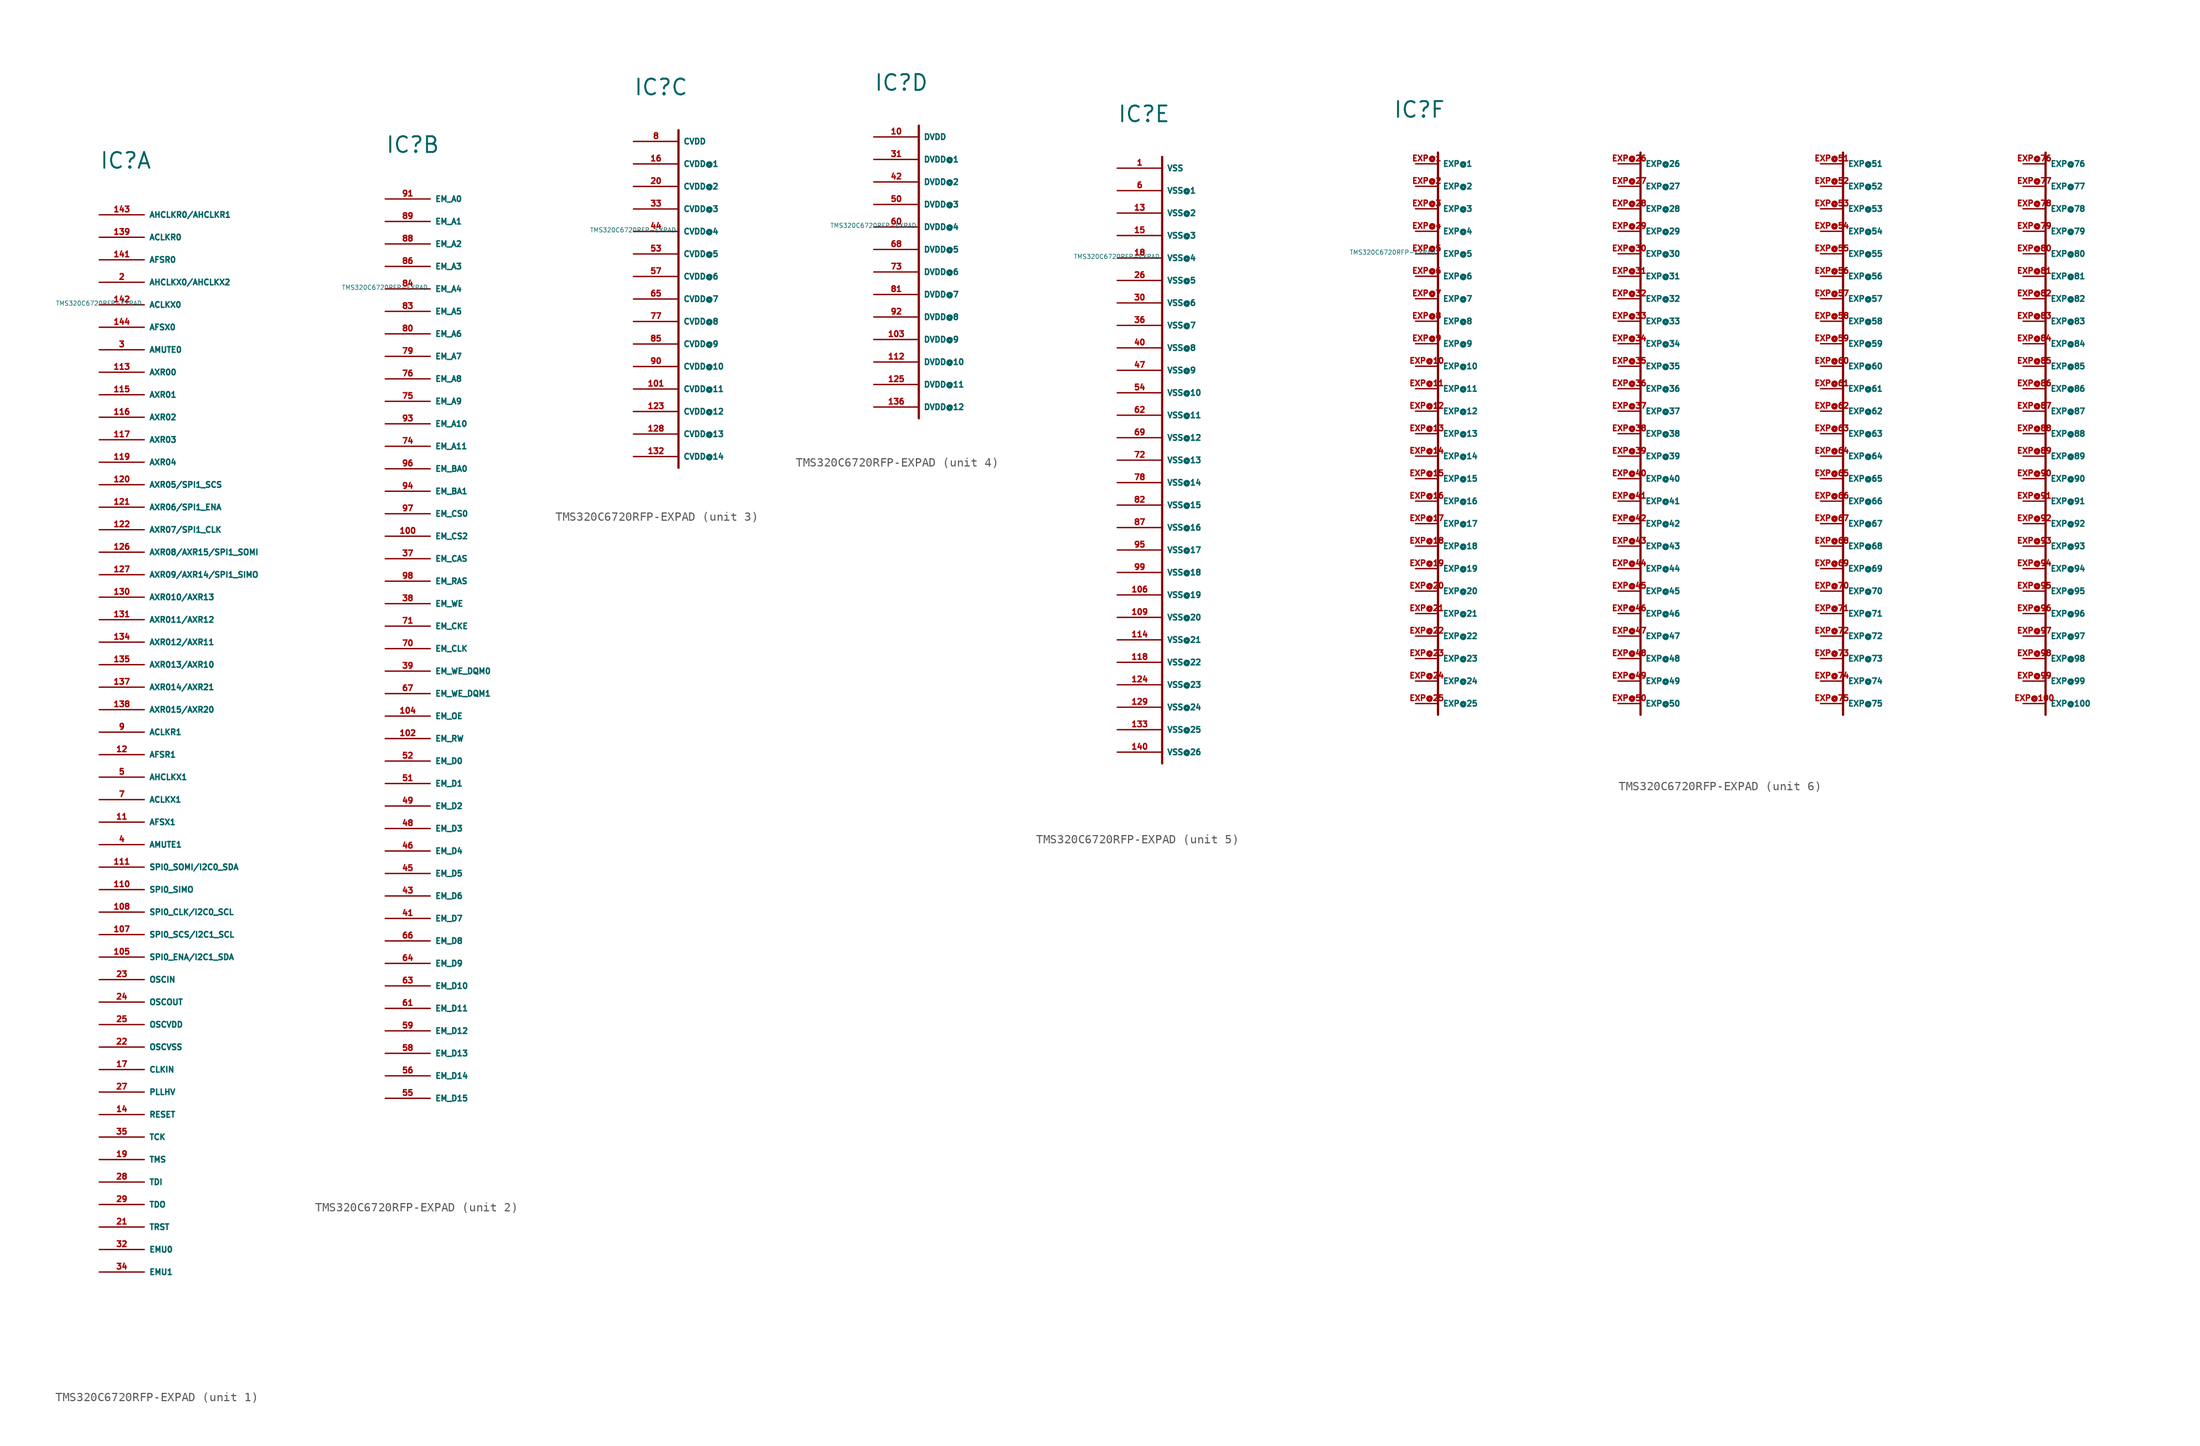
<source format=kicad_sym>
(kicad_symbol_lib
  (version 20220914)
  (generator Eagle2Kicad)
  (symbol "TMS320C6720RFP-EXPAD"
    (property "Reference" "IC"
      (at -5.08 5.08 0)
      (effects (font (size 1.778 1.778) (thickness 0.22)) (justify left bottom)))
    (property "Value" "TMS320C6720RFP-EXPAD"
      (at -10 -10 0)
      (effects (font (size 0.5 0.5) (thickness 0.06)) (justify left)))
    (symbol "TMS320C6720RFP-EXPAD_1_0"
      (pin bidirectional line (at -5.08 0 0) (length 5.08) (name "AHCLKR0/AHCLKR1" (effects (font (size 0.635 0.635) (thickness 0.08)) (justify left bottom))) (number "143" (effects (font (size 0.635 0.635) (thickness 0.08)) (justify left bottom))))
      (pin bidirectional line (at -5.08 -2.54 0) (length 5.08) (name "ACLKR0" (effects (font (size 0.635 0.635) (thickness 0.08)) (justify left bottom))) (number "139" (effects (font (size 0.635 0.635) (thickness 0.08)) (justify left bottom))))
      (pin bidirectional line (at -5.08 -5.08 0) (length 5.08) (name "AFSR0" (effects (font (size 0.635 0.635) (thickness 0.08)) (justify left bottom))) (number "141" (effects (font (size 0.635 0.635) (thickness 0.08)) (justify left bottom))))
      (pin bidirectional line (at -5.08 -7.62 0) (length 5.08) (name "AHCLKX0/AHCLKX2" (effects (font (size 0.635 0.635) (thickness 0.08)) (justify left bottom))) (number "2" (effects (font (size 0.635 0.635) (thickness 0.08)) (justify left bottom))))
      (pin bidirectional line (at -5.08 -10.16 0) (length 5.08) (name "ACLKX0" (effects (font (size 0.635 0.635) (thickness 0.08)) (justify left bottom))) (number "142" (effects (font (size 0.635 0.635) (thickness 0.08)) (justify left bottom))))
      (pin bidirectional line (at -5.08 -12.7 0) (length 5.08) (name "AFSX0" (effects (font (size 0.635 0.635) (thickness 0.08)) (justify left bottom))) (number "144" (effects (font (size 0.635 0.635) (thickness 0.08)) (justify left bottom))))
      (pin output line (at -5.08 -15.24 0) (length 5.08) (name "AMUTE0" (effects (font (size 0.635 0.635) (thickness 0.08)) (justify left bottom))) (number "3" (effects (font (size 0.635 0.635) (thickness 0.08)) (justify left bottom))))
      (pin bidirectional line (at -5.08 -17.78 0) (length 5.08) (name "AXR00" (effects (font (size 0.635 0.635) (thickness 0.08)) (justify left bottom))) (number "113" (effects (font (size 0.635 0.635) (thickness 0.08)) (justify left bottom))))
      (pin bidirectional line (at -5.08 -20.32 0) (length 5.08) (name "AXR01" (effects (font (size 0.635 0.635) (thickness 0.08)) (justify left bottom))) (number "115" (effects (font (size 0.635 0.635) (thickness 0.08)) (justify left bottom))))
      (pin bidirectional line (at -5.08 -22.86 0) (length 5.08) (name "AXR02" (effects (font (size 0.635 0.635) (thickness 0.08)) (justify left bottom))) (number "116" (effects (font (size 0.635 0.635) (thickness 0.08)) (justify left bottom))))
      (pin bidirectional line (at -5.08 -25.4 0) (length 5.08) (name "AXR03" (effects (font (size 0.635 0.635) (thickness 0.08)) (justify left bottom))) (number "117" (effects (font (size 0.635 0.635) (thickness 0.08)) (justify left bottom))))
      (pin bidirectional line (at -5.08 -27.94 0) (length 5.08) (name "AXR04" (effects (font (size 0.635 0.635) (thickness 0.08)) (justify left bottom))) (number "119" (effects (font (size 0.635 0.635) (thickness 0.08)) (justify left bottom))))
      (pin bidirectional line (at -5.08 -30.48 0) (length 5.08) (name "AXR05/SPI1_SCS" (effects (font (size 0.635 0.635) (thickness 0.08)) (justify left bottom))) (number "120" (effects (font (size 0.635 0.635) (thickness 0.08)) (justify left bottom))))
      (pin bidirectional line (at -5.08 -33.02 0) (length 5.08) (name "AXR06/SPI1_ENA" (effects (font (size 0.635 0.635) (thickness 0.08)) (justify left bottom))) (number "121" (effects (font (size 0.635 0.635) (thickness 0.08)) (justify left bottom))))
      (pin bidirectional line (at -5.08 -35.56 0) (length 5.08) (name "AXR07/SPI1_CLK" (effects (font (size 0.635 0.635) (thickness 0.08)) (justify left bottom))) (number "122" (effects (font (size 0.635 0.635) (thickness 0.08)) (justify left bottom))))
      (pin bidirectional line (at -5.08 -38.1 0) (length 5.08) (name "AXR08/AXR15/SPI1_SOMI" (effects (font (size 0.635 0.635) (thickness 0.08)) (justify left bottom))) (number "126" (effects (font (size 0.635 0.635) (thickness 0.08)) (justify left bottom))))
      (pin bidirectional line (at -5.08 -40.64 0) (length 5.08) (name "AXR09/AXR14/SPI1_SIMO" (effects (font (size 0.635 0.635) (thickness 0.08)) (justify left bottom))) (number "127" (effects (font (size 0.635 0.635) (thickness 0.08)) (justify left bottom))))
      (pin bidirectional line (at -5.08 -43.18 0) (length 5.08) (name "AXR010/AXR13" (effects (font (size 0.635 0.635) (thickness 0.08)) (justify left bottom))) (number "130" (effects (font (size 0.635 0.635) (thickness 0.08)) (justify left bottom))))
      (pin bidirectional line (at -5.08 -45.72 0) (length 5.08) (name "AXR011/AXR12" (effects (font (size 0.635 0.635) (thickness 0.08)) (justify left bottom))) (number "131" (effects (font (size 0.635 0.635) (thickness 0.08)) (justify left bottom))))
      (pin bidirectional line (at -5.08 -48.26 0) (length 5.08) (name "AXR012/AXR11" (effects (font (size 0.635 0.635) (thickness 0.08)) (justify left bottom))) (number "134" (effects (font (size 0.635 0.635) (thickness 0.08)) (justify left bottom))))
      (pin bidirectional line (at -5.08 -50.8 0) (length 5.08) (name "AXR013/AXR10" (effects (font (size 0.635 0.635) (thickness 0.08)) (justify left bottom))) (number "135" (effects (font (size 0.635 0.635) (thickness 0.08)) (justify left bottom))))
      (pin bidirectional line (at -5.08 -53.34 0) (length 5.08) (name "AXR014/AXR21" (effects (font (size 0.635 0.635) (thickness 0.08)) (justify left bottom))) (number "137" (effects (font (size 0.635 0.635) (thickness 0.08)) (justify left bottom))))
      (pin bidirectional line (at -5.08 -55.88 0) (length 5.08) (name "AXR015/AXR20" (effects (font (size 0.635 0.635) (thickness 0.08)) (justify left bottom))) (number "138" (effects (font (size 0.635 0.635) (thickness 0.08)) (justify left bottom))))
      (pin bidirectional line (at -5.08 -58.42 0) (length 5.08) (name "ACLKR1" (effects (font (size 0.635 0.635) (thickness 0.08)) (justify left bottom))) (number "9" (effects (font (size 0.635 0.635) (thickness 0.08)) (justify left bottom))))
      (pin bidirectional line (at -5.08 -60.96 0) (length 5.08) (name "AFSR1" (effects (font (size 0.635 0.635) (thickness 0.08)) (justify left bottom))) (number "12" (effects (font (size 0.635 0.635) (thickness 0.08)) (justify left bottom))))
      (pin bidirectional line (at -5.08 -63.5 0) (length 5.08) (name "AHCLKX1" (effects (font (size 0.635 0.635) (thickness 0.08)) (justify left bottom))) (number "5" (effects (font (size 0.635 0.635) (thickness 0.08)) (justify left bottom))))
      (pin bidirectional line (at -5.08 -66.04 0) (length 5.08) (name "ACLKX1" (effects (font (size 0.635 0.635) (thickness 0.08)) (justify left bottom))) (number "7" (effects (font (size 0.635 0.635) (thickness 0.08)) (justify left bottom))))
      (pin bidirectional line (at -5.08 -68.58 0) (length 5.08) (name "AFSX1" (effects (font (size 0.635 0.635) (thickness 0.08)) (justify left bottom))) (number "11" (effects (font (size 0.635 0.635) (thickness 0.08)) (justify left bottom))))
      (pin output line (at -5.08 -71.12 0) (length 5.08) (name "AMUTE1" (effects (font (size 0.635 0.635) (thickness 0.08)) (justify left bottom))) (number "4" (effects (font (size 0.635 0.635) (thickness 0.08)) (justify left bottom))))
      (pin bidirectional line (at -5.08 -73.66 0) (length 5.08) (name "SPI0_SOMI/I2C0_SDA" (effects (font (size 0.635 0.635) (thickness 0.08)) (justify left bottom))) (number "111" (effects (font (size 0.635 0.635) (thickness 0.08)) (justify left bottom))))
      (pin bidirectional line (at -5.08 -76.2 0) (length 5.08) (name "SPI0_SIMO" (effects (font (size 0.635 0.635) (thickness 0.08)) (justify left bottom))) (number "110" (effects (font (size 0.635 0.635) (thickness 0.08)) (justify left bottom))))
      (pin bidirectional line (at -5.08 -78.74 0) (length 5.08) (name "SPI0_CLK/I2C0_SCL" (effects (font (size 0.635 0.635) (thickness 0.08)) (justify left bottom))) (number "108" (effects (font (size 0.635 0.635) (thickness 0.08)) (justify left bottom))))
      (pin bidirectional line (at -5.08 -81.28 0) (length 5.08) (name "SPI0_SCS/I2C1_SCL" (effects (font (size 0.635 0.635) (thickness 0.08)) (justify left bottom))) (number "107" (effects (font (size 0.635 0.635) (thickness 0.08)) (justify left bottom))))
      (pin bidirectional line (at -5.08 -83.82 0) (length 5.08) (name "SPI0_ENA/I2C1_SDA" (effects (font (size 0.635 0.635) (thickness 0.08)) (justify left bottom))) (number "105" (effects (font (size 0.635 0.635) (thickness 0.08)) (justify left bottom))))
      (pin input line (at -5.08 -86.36 0) (length 5.08) (name "OSCIN" (effects (font (size 0.635 0.635) (thickness 0.08)) (justify left bottom))) (number "23" (effects (font (size 0.635 0.635) (thickness 0.08)) (justify left bottom))))
      (pin output line (at -5.08 -88.9 0) (length 5.08) (name "OSCOUT" (effects (font (size 0.635 0.635) (thickness 0.08)) (justify left bottom))) (number "24" (effects (font (size 0.635 0.635) (thickness 0.08)) (justify left bottom))))
      (pin unspecified line (at -5.08 -91.44 0) (length 5.08) (name "OSCVDD" (effects (font (size 0.635 0.635) (thickness 0.08)) (justify left bottom))) (number "25" (effects (font (size 0.635 0.635) (thickness 0.08)) (justify left bottom))))
      (pin unspecified line (at -5.08 -93.98 0) (length 5.08) (name "OSCVSS" (effects (font (size 0.635 0.635) (thickness 0.08)) (justify left bottom))) (number "22" (effects (font (size 0.635 0.635) (thickness 0.08)) (justify left bottom))))
      (pin input line (at -5.08 -96.52 0) (length 5.08) (name "CLKIN" (effects (font (size 0.635 0.635) (thickness 0.08)) (justify left bottom))) (number "17" (effects (font (size 0.635 0.635) (thickness 0.08)) (justify left bottom))))
      (pin unspecified line (at -5.08 -99.06 0) (length 5.08) (name "PLLHV" (effects (font (size 0.635 0.635) (thickness 0.08)) (justify left bottom))) (number "27" (effects (font (size 0.635 0.635) (thickness 0.08)) (justify left bottom))))
      (pin input line (at -5.08 -101.6 0) (length 5.08) (name "RESET" (effects (font (size 0.635 0.635) (thickness 0.08)) (justify left bottom))) (number "14" (effects (font (size 0.635 0.635) (thickness 0.08)) (justify left bottom))))
      (pin input line (at -5.08 -104.14 0) (length 5.08) (name "TCK" (effects (font (size 0.635 0.635) (thickness 0.08)) (justify left bottom))) (number "35" (effects (font (size 0.635 0.635) (thickness 0.08)) (justify left bottom))))
      (pin input line (at -5.08 -106.68 0) (length 5.08) (name "TMS" (effects (font (size 0.635 0.635) (thickness 0.08)) (justify left bottom))) (number "19" (effects (font (size 0.635 0.635) (thickness 0.08)) (justify left bottom))))
      (pin input line (at -5.08 -109.22 0) (length 5.08) (name "TDI" (effects (font (size 0.635 0.635) (thickness 0.08)) (justify left bottom))) (number "28" (effects (font (size 0.635 0.635) (thickness 0.08)) (justify left bottom))))
      (pin tri_state line (at -5.08 -111.76 0) (length 5.08) (name "TDO" (effects (font (size 0.635 0.635) (thickness 0.08)) (justify left bottom))) (number "29" (effects (font (size 0.635 0.635) (thickness 0.08)) (justify left bottom))))
      (pin input line (at -5.08 -114.3 0) (length 5.08) (name "TRST" (effects (font (size 0.635 0.635) (thickness 0.08)) (justify left bottom))) (number "21" (effects (font (size 0.635 0.635) (thickness 0.08)) (justify left bottom))))
      (pin bidirectional line (at -5.08 -116.84 0) (length 5.08) (name "EMU0" (effects (font (size 0.635 0.635) (thickness 0.08)) (justify left bottom))) (number "32" (effects (font (size 0.635 0.635) (thickness 0.08)) (justify left bottom))))
      (pin bidirectional line (at -5.08 -119.38 0) (length 5.08) (name "EMU1" (effects (font (size 0.635 0.635) (thickness 0.08)) (justify left bottom))) (number "34" (effects (font (size 0.635 0.635) (thickness 0.08)) (justify left bottom)))))
    (symbol "TMS320C6720RFP-EXPAD_2_0"
      (pin output line (at -5.08 0 0) (length 5.08) (name "EM_A0" (effects (font (size 0.635 0.635) (thickness 0.08)) (justify left bottom))) (number "91" (effects (font (size 0.635 0.635) (thickness 0.08)) (justify left bottom))))
      (pin output line (at -5.08 -2.54 0) (length 5.08) (name "EM_A1" (effects (font (size 0.635 0.635) (thickness 0.08)) (justify left bottom))) (number "89" (effects (font (size 0.635 0.635) (thickness 0.08)) (justify left bottom))))
      (pin output line (at -5.08 -5.08 0) (length 5.08) (name "EM_A2" (effects (font (size 0.635 0.635) (thickness 0.08)) (justify left bottom))) (number "88" (effects (font (size 0.635 0.635) (thickness 0.08)) (justify left bottom))))
      (pin output line (at -5.08 -7.62 0) (length 5.08) (name "EM_A3" (effects (font (size 0.635 0.635) (thickness 0.08)) (justify left bottom))) (number "86" (effects (font (size 0.635 0.635) (thickness 0.08)) (justify left bottom))))
      (pin output line (at -5.08 -10.16 0) (length 5.08) (name "EM_A4" (effects (font (size 0.635 0.635) (thickness 0.08)) (justify left bottom))) (number "84" (effects (font (size 0.635 0.635) (thickness 0.08)) (justify left bottom))))
      (pin output line (at -5.08 -12.7 0) (length 5.08) (name "EM_A5" (effects (font (size 0.635 0.635) (thickness 0.08)) (justify left bottom))) (number "83" (effects (font (size 0.635 0.635) (thickness 0.08)) (justify left bottom))))
      (pin output line (at -5.08 -15.24 0) (length 5.08) (name "EM_A6" (effects (font (size 0.635 0.635) (thickness 0.08)) (justify left bottom))) (number "80" (effects (font (size 0.635 0.635) (thickness 0.08)) (justify left bottom))))
      (pin output line (at -5.08 -17.78 0) (length 5.08) (name "EM_A7" (effects (font (size 0.635 0.635) (thickness 0.08)) (justify left bottom))) (number "79" (effects (font (size 0.635 0.635) (thickness 0.08)) (justify left bottom))))
      (pin output line (at -5.08 -20.32 0) (length 5.08) (name "EM_A8" (effects (font (size 0.635 0.635) (thickness 0.08)) (justify left bottom))) (number "76" (effects (font (size 0.635 0.635) (thickness 0.08)) (justify left bottom))))
      (pin output line (at -5.08 -22.86 0) (length 5.08) (name "EM_A9" (effects (font (size 0.635 0.635) (thickness 0.08)) (justify left bottom))) (number "75" (effects (font (size 0.635 0.635) (thickness 0.08)) (justify left bottom))))
      (pin output line (at -5.08 -25.4 0) (length 5.08) (name "EM_A10" (effects (font (size 0.635 0.635) (thickness 0.08)) (justify left bottom))) (number "93" (effects (font (size 0.635 0.635) (thickness 0.08)) (justify left bottom))))
      (pin output line (at -5.08 -27.94 0) (length 5.08) (name "EM_A11" (effects (font (size 0.635 0.635) (thickness 0.08)) (justify left bottom))) (number "74" (effects (font (size 0.635 0.635) (thickness 0.08)) (justify left bottom))))
      (pin output line (at -5.08 -30.48 0) (length 5.08) (name "EM_BA0" (effects (font (size 0.635 0.635) (thickness 0.08)) (justify left bottom))) (number "96" (effects (font (size 0.635 0.635) (thickness 0.08)) (justify left bottom))))
      (pin output line (at -5.08 -33.02 0) (length 5.08) (name "EM_BA1" (effects (font (size 0.635 0.635) (thickness 0.08)) (justify left bottom))) (number "94" (effects (font (size 0.635 0.635) (thickness 0.08)) (justify left bottom))))
      (pin output line (at -5.08 -35.56 0) (length 5.08) (name "EM_CS0" (effects (font (size 0.635 0.635) (thickness 0.08)) (justify left bottom))) (number "97" (effects (font (size 0.635 0.635) (thickness 0.08)) (justify left bottom))))
      (pin output line (at -5.08 -38.1 0) (length 5.08) (name "EM_CS2" (effects (font (size 0.635 0.635) (thickness 0.08)) (justify left bottom))) (number "100" (effects (font (size 0.635 0.635) (thickness 0.08)) (justify left bottom))))
      (pin output line (at -5.08 -40.64 0) (length 5.08) (name "EM_CAS" (effects (font (size 0.635 0.635) (thickness 0.08)) (justify left bottom))) (number "37" (effects (font (size 0.635 0.635) (thickness 0.08)) (justify left bottom))))
      (pin output line (at -5.08 -43.18 0) (length 5.08) (name "EM_RAS" (effects (font (size 0.635 0.635) (thickness 0.08)) (justify left bottom))) (number "98" (effects (font (size 0.635 0.635) (thickness 0.08)) (justify left bottom))))
      (pin output line (at -5.08 -45.72 0) (length 5.08) (name "EM_WE" (effects (font (size 0.635 0.635) (thickness 0.08)) (justify left bottom))) (number "38" (effects (font (size 0.635 0.635) (thickness 0.08)) (justify left bottom))))
      (pin output line (at -5.08 -48.26 0) (length 5.08) (name "EM_CKE" (effects (font (size 0.635 0.635) (thickness 0.08)) (justify left bottom))) (number "71" (effects (font (size 0.635 0.635) (thickness 0.08)) (justify left bottom))))
      (pin output line (at -5.08 -50.8 0) (length 5.08) (name "EM_CLK" (effects (font (size 0.635 0.635) (thickness 0.08)) (justify left bottom))) (number "70" (effects (font (size 0.635 0.635) (thickness 0.08)) (justify left bottom))))
      (pin output line (at -5.08 -53.34 0) (length 5.08) (name "EM_WE_DQM0" (effects (font (size 0.635 0.635) (thickness 0.08)) (justify left bottom))) (number "39" (effects (font (size 0.635 0.635) (thickness 0.08)) (justify left bottom))))
      (pin output line (at -5.08 -55.88 0) (length 5.08) (name "EM_WE_DQM1" (effects (font (size 0.635 0.635) (thickness 0.08)) (justify left bottom))) (number "67" (effects (font (size 0.635 0.635) (thickness 0.08)) (justify left bottom))))
      (pin output line (at -5.08 -58.42 0) (length 5.08) (name "EM_OE" (effects (font (size 0.635 0.635) (thickness 0.08)) (justify left bottom))) (number "104" (effects (font (size 0.635 0.635) (thickness 0.08)) (justify left bottom))))
      (pin output line (at -5.08 -60.96 0) (length 5.08) (name "EM_RW" (effects (font (size 0.635 0.635) (thickness 0.08)) (justify left bottom))) (number "102" (effects (font (size 0.635 0.635) (thickness 0.08)) (justify left bottom))))
      (pin bidirectional line (at -5.08 -63.5 0) (length 5.08) (name "EM_D0" (effects (font (size 0.635 0.635) (thickness 0.08)) (justify left bottom))) (number "52" (effects (font (size 0.635 0.635) (thickness 0.08)) (justify left bottom))))
      (pin bidirectional line (at -5.08 -66.04 0) (length 5.08) (name "EM_D1" (effects (font (size 0.635 0.635) (thickness 0.08)) (justify left bottom))) (number "51" (effects (font (size 0.635 0.635) (thickness 0.08)) (justify left bottom))))
      (pin bidirectional line (at -5.08 -68.58 0) (length 5.08) (name "EM_D2" (effects (font (size 0.635 0.635) (thickness 0.08)) (justify left bottom))) (number "49" (effects (font (size 0.635 0.635) (thickness 0.08)) (justify left bottom))))
      (pin bidirectional line (at -5.08 -71.12 0) (length 5.08) (name "EM_D3" (effects (font (size 0.635 0.635) (thickness 0.08)) (justify left bottom))) (number "48" (effects (font (size 0.635 0.635) (thickness 0.08)) (justify left bottom))))
      (pin bidirectional line (at -5.08 -73.66 0) (length 5.08) (name "EM_D4" (effects (font (size 0.635 0.635) (thickness 0.08)) (justify left bottom))) (number "46" (effects (font (size 0.635 0.635) (thickness 0.08)) (justify left bottom))))
      (pin bidirectional line (at -5.08 -76.2 0) (length 5.08) (name "EM_D5" (effects (font (size 0.635 0.635) (thickness 0.08)) (justify left bottom))) (number "45" (effects (font (size 0.635 0.635) (thickness 0.08)) (justify left bottom))))
      (pin bidirectional line (at -5.08 -78.74 0) (length 5.08) (name "EM_D6" (effects (font (size 0.635 0.635) (thickness 0.08)) (justify left bottom))) (number "43" (effects (font (size 0.635 0.635) (thickness 0.08)) (justify left bottom))))
      (pin bidirectional line (at -5.08 -81.28 0) (length 5.08) (name "EM_D7" (effects (font (size 0.635 0.635) (thickness 0.08)) (justify left bottom))) (number "41" (effects (font (size 0.635 0.635) (thickness 0.08)) (justify left bottom))))
      (pin bidirectional line (at -5.08 -83.82 0) (length 5.08) (name "EM_D8" (effects (font (size 0.635 0.635) (thickness 0.08)) (justify left bottom))) (number "66" (effects (font (size 0.635 0.635) (thickness 0.08)) (justify left bottom))))
      (pin bidirectional line (at -5.08 -86.36 0) (length 5.08) (name "EM_D9" (effects (font (size 0.635 0.635) (thickness 0.08)) (justify left bottom))) (number "64" (effects (font (size 0.635 0.635) (thickness 0.08)) (justify left bottom))))
      (pin bidirectional line (at -5.08 -88.9 0) (length 5.08) (name "EM_D10" (effects (font (size 0.635 0.635) (thickness 0.08)) (justify left bottom))) (number "63" (effects (font (size 0.635 0.635) (thickness 0.08)) (justify left bottom))))
      (pin bidirectional line (at -5.08 -91.44 0) (length 5.08) (name "EM_D11" (effects (font (size 0.635 0.635) (thickness 0.08)) (justify left bottom))) (number "61" (effects (font (size 0.635 0.635) (thickness 0.08)) (justify left bottom))))
      (pin bidirectional line (at -5.08 -93.98 0) (length 5.08) (name "EM_D12" (effects (font (size 0.635 0.635) (thickness 0.08)) (justify left bottom))) (number "59" (effects (font (size 0.635 0.635) (thickness 0.08)) (justify left bottom))))
      (pin bidirectional line (at -5.08 -96.52 0) (length 5.08) (name "EM_D13" (effects (font (size 0.635 0.635) (thickness 0.08)) (justify left bottom))) (number "58" (effects (font (size 0.635 0.635) (thickness 0.08)) (justify left bottom))))
      (pin bidirectional line (at -5.08 -99.06 0) (length 5.08) (name "EM_D14" (effects (font (size 0.635 0.635) (thickness 0.08)) (justify left bottom))) (number "56" (effects (font (size 0.635 0.635) (thickness 0.08)) (justify left bottom))))
      (pin bidirectional line (at -5.08 -101.6 0) (length 5.08) (name "EM_D15" (effects (font (size 0.635 0.635) (thickness 0.08)) (justify left bottom))) (number "55" (effects (font (size 0.635 0.635) (thickness 0.08)) (justify left bottom)))))
    (symbol "TMS320C6720RFP-EXPAD_3_0"
      (polyline (pts (xy 0 1.27) (xy 0 -36.83)) (stroke (width 0.254) (type default)) (fill (type none)))
      (pin unspecified line (at -5.08 0 0) (length 5.08) (name "CVDD" (effects (font (size 0.635 0.635) (thickness 0.08)) (justify left bottom))) (number "8" (effects (font (size 0.635 0.635) (thickness 0.08)) (justify left bottom))))
      (pin unspecified line (at -5.08 -2.54 0) (length 5.08) (name "CVDD@1" (effects (font (size 0.635 0.635) (thickness 0.08)) (justify left bottom))) (number "16" (effects (font (size 0.635 0.635) (thickness 0.08)) (justify left bottom))))
      (pin unspecified line (at -5.08 -5.08 0) (length 5.08) (name "CVDD@2" (effects (font (size 0.635 0.635) (thickness 0.08)) (justify left bottom))) (number "20" (effects (font (size 0.635 0.635) (thickness 0.08)) (justify left bottom))))
      (pin unspecified line (at -5.08 -7.62 0) (length 5.08) (name "CVDD@3" (effects (font (size 0.635 0.635) (thickness 0.08)) (justify left bottom))) (number "33" (effects (font (size 0.635 0.635) (thickness 0.08)) (justify left bottom))))
      (pin unspecified line (at -5.08 -10.16 0) (length 5.08) (name "CVDD@4" (effects (font (size 0.635 0.635) (thickness 0.08)) (justify left bottom))) (number "44" (effects (font (size 0.635 0.635) (thickness 0.08)) (justify left bottom))))
      (pin unspecified line (at -5.08 -12.7 0) (length 5.08) (name "CVDD@5" (effects (font (size 0.635 0.635) (thickness 0.08)) (justify left bottom))) (number "53" (effects (font (size 0.635 0.635) (thickness 0.08)) (justify left bottom))))
      (pin unspecified line (at -5.08 -15.24 0) (length 5.08) (name "CVDD@6" (effects (font (size 0.635 0.635) (thickness 0.08)) (justify left bottom))) (number "57" (effects (font (size 0.635 0.635) (thickness 0.08)) (justify left bottom))))
      (pin unspecified line (at -5.08 -17.78 0) (length 5.08) (name "CVDD@7" (effects (font (size 0.635 0.635) (thickness 0.08)) (justify left bottom))) (number "65" (effects (font (size 0.635 0.635) (thickness 0.08)) (justify left bottom))))
      (pin unspecified line (at -5.08 -20.32 0) (length 5.08) (name "CVDD@8" (effects (font (size 0.635 0.635) (thickness 0.08)) (justify left bottom))) (number "77" (effects (font (size 0.635 0.635) (thickness 0.08)) (justify left bottom))))
      (pin unspecified line (at -5.08 -22.86 0) (length 5.08) (name "CVDD@9" (effects (font (size 0.635 0.635) (thickness 0.08)) (justify left bottom))) (number "85" (effects (font (size 0.635 0.635) (thickness 0.08)) (justify left bottom))))
      (pin unspecified line (at -5.08 -25.4 0) (length 5.08) (name "CVDD@10" (effects (font (size 0.635 0.635) (thickness 0.08)) (justify left bottom))) (number "90" (effects (font (size 0.635 0.635) (thickness 0.08)) (justify left bottom))))
      (pin unspecified line (at -5.08 -27.94 0) (length 5.08) (name "CVDD@11" (effects (font (size 0.635 0.635) (thickness 0.08)) (justify left bottom))) (number "101" (effects (font (size 0.635 0.635) (thickness 0.08)) (justify left bottom))))
      (pin unspecified line (at -5.08 -30.48 0) (length 5.08) (name "CVDD@12" (effects (font (size 0.635 0.635) (thickness 0.08)) (justify left bottom))) (number "123" (effects (font (size 0.635 0.635) (thickness 0.08)) (justify left bottom))))
      (pin unspecified line (at -5.08 -33.02 0) (length 5.08) (name "CVDD@13" (effects (font (size 0.635 0.635) (thickness 0.08)) (justify left bottom))) (number "128" (effects (font (size 0.635 0.635) (thickness 0.08)) (justify left bottom))))
      (pin unspecified line (at -5.08 -35.56 0) (length 5.08) (name "CVDD@14" (effects (font (size 0.635 0.635) (thickness 0.08)) (justify left bottom))) (number "132" (effects (font (size 0.635 0.635) (thickness 0.08)) (justify left bottom)))))
    (symbol "TMS320C6720RFP-EXPAD_4_0"
      (polyline (pts (xy 0 1.27) (xy 0 -31.75)) (stroke (width 0.254) (type default)) (fill (type none)))
      (pin unspecified line (at -5.08 0 0) (length 5.08) (name "DVDD" (effects (font (size 0.635 0.635) (thickness 0.08)) (justify left bottom))) (number "10" (effects (font (size 0.635 0.635) (thickness 0.08)) (justify left bottom))))
      (pin unspecified line (at -5.08 -2.54 0) (length 5.08) (name "DVDD@1" (effects (font (size 0.635 0.635) (thickness 0.08)) (justify left bottom))) (number "31" (effects (font (size 0.635 0.635) (thickness 0.08)) (justify left bottom))))
      (pin unspecified line (at -5.08 -5.08 0) (length 5.08) (name "DVDD@2" (effects (font (size 0.635 0.635) (thickness 0.08)) (justify left bottom))) (number "42" (effects (font (size 0.635 0.635) (thickness 0.08)) (justify left bottom))))
      (pin unspecified line (at -5.08 -7.62 0) (length 5.08) (name "DVDD@3" (effects (font (size 0.635 0.635) (thickness 0.08)) (justify left bottom))) (number "50" (effects (font (size 0.635 0.635) (thickness 0.08)) (justify left bottom))))
      (pin unspecified line (at -5.08 -10.16 0) (length 5.08) (name "DVDD@4" (effects (font (size 0.635 0.635) (thickness 0.08)) (justify left bottom))) (number "60" (effects (font (size 0.635 0.635) (thickness 0.08)) (justify left bottom))))
      (pin unspecified line (at -5.08 -12.7 0) (length 5.08) (name "DVDD@5" (effects (font (size 0.635 0.635) (thickness 0.08)) (justify left bottom))) (number "68" (effects (font (size 0.635 0.635) (thickness 0.08)) (justify left bottom))))
      (pin unspecified line (at -5.08 -15.24 0) (length 5.08) (name "DVDD@6" (effects (font (size 0.635 0.635) (thickness 0.08)) (justify left bottom))) (number "73" (effects (font (size 0.635 0.635) (thickness 0.08)) (justify left bottom))))
      (pin unspecified line (at -5.08 -17.78 0) (length 5.08) (name "DVDD@7" (effects (font (size 0.635 0.635) (thickness 0.08)) (justify left bottom))) (number "81" (effects (font (size 0.635 0.635) (thickness 0.08)) (justify left bottom))))
      (pin unspecified line (at -5.08 -20.32 0) (length 5.08) (name "DVDD@8" (effects (font (size 0.635 0.635) (thickness 0.08)) (justify left bottom))) (number "92" (effects (font (size 0.635 0.635) (thickness 0.08)) (justify left bottom))))
      (pin unspecified line (at -5.08 -22.86 0) (length 5.08) (name "DVDD@9" (effects (font (size 0.635 0.635) (thickness 0.08)) (justify left bottom))) (number "103" (effects (font (size 0.635 0.635) (thickness 0.08)) (justify left bottom))))
      (pin unspecified line (at -5.08 -25.4 0) (length 5.08) (name "DVDD@10" (effects (font (size 0.635 0.635) (thickness 0.08)) (justify left bottom))) (number "112" (effects (font (size 0.635 0.635) (thickness 0.08)) (justify left bottom))))
      (pin unspecified line (at -5.08 -27.94 0) (length 5.08) (name "DVDD@11" (effects (font (size 0.635 0.635) (thickness 0.08)) (justify left bottom))) (number "125" (effects (font (size 0.635 0.635) (thickness 0.08)) (justify left bottom))))
      (pin unspecified line (at -5.08 -30.48 0) (length 5.08) (name "DVDD@12" (effects (font (size 0.635 0.635) (thickness 0.08)) (justify left bottom))) (number "136" (effects (font (size 0.635 0.635) (thickness 0.08)) (justify left bottom)))))
    (symbol "TMS320C6720RFP-EXPAD_5_0"
      (polyline (pts (xy 0 1.27) (xy 0 -67.31)) (stroke (width 0.254) (type default)) (fill (type none)))
      (pin unspecified line (at -5.08 0 0) (length 5.08) (name "VSS" (effects (font (size 0.635 0.635) (thickness 0.08)) (justify left bottom))) (number "1" (effects (font (size 0.635 0.635) (thickness 0.08)) (justify left bottom))))
      (pin unspecified line (at -5.08 -2.54 0) (length 5.08) (name "VSS@1" (effects (font (size 0.635 0.635) (thickness 0.08)) (justify left bottom))) (number "6" (effects (font (size 0.635 0.635) (thickness 0.08)) (justify left bottom))))
      (pin unspecified line (at -5.08 -5.08 0) (length 5.08) (name "VSS@2" (effects (font (size 0.635 0.635) (thickness 0.08)) (justify left bottom))) (number "13" (effects (font (size 0.635 0.635) (thickness 0.08)) (justify left bottom))))
      (pin unspecified line (at -5.08 -7.62 0) (length 5.08) (name "VSS@3" (effects (font (size 0.635 0.635) (thickness 0.08)) (justify left bottom))) (number "15" (effects (font (size 0.635 0.635) (thickness 0.08)) (justify left bottom))))
      (pin unspecified line (at -5.08 -10.16 0) (length 5.08) (name "VSS@4" (effects (font (size 0.635 0.635) (thickness 0.08)) (justify left bottom))) (number "18" (effects (font (size 0.635 0.635) (thickness 0.08)) (justify left bottom))))
      (pin unspecified line (at -5.08 -12.7 0) (length 5.08) (name "VSS@5" (effects (font (size 0.635 0.635) (thickness 0.08)) (justify left bottom))) (number "26" (effects (font (size 0.635 0.635) (thickness 0.08)) (justify left bottom))))
      (pin unspecified line (at -5.08 -15.24 0) (length 5.08) (name "VSS@6" (effects (font (size 0.635 0.635) (thickness 0.08)) (justify left bottom))) (number "30" (effects (font (size 0.635 0.635) (thickness 0.08)) (justify left bottom))))
      (pin unspecified line (at -5.08 -17.78 0) (length 5.08) (name "VSS@7" (effects (font (size 0.635 0.635) (thickness 0.08)) (justify left bottom))) (number "36" (effects (font (size 0.635 0.635) (thickness 0.08)) (justify left bottom))))
      (pin unspecified line (at -5.08 -20.32 0) (length 5.08) (name "VSS@8" (effects (font (size 0.635 0.635) (thickness 0.08)) (justify left bottom))) (number "40" (effects (font (size 0.635 0.635) (thickness 0.08)) (justify left bottom))))
      (pin unspecified line (at -5.08 -22.86 0) (length 5.08) (name "VSS@9" (effects (font (size 0.635 0.635) (thickness 0.08)) (justify left bottom))) (number "47" (effects (font (size 0.635 0.635) (thickness 0.08)) (justify left bottom))))
      (pin unspecified line (at -5.08 -25.4 0) (length 5.08) (name "VSS@10" (effects (font (size 0.635 0.635) (thickness 0.08)) (justify left bottom))) (number "54" (effects (font (size 0.635 0.635) (thickness 0.08)) (justify left bottom))))
      (pin unspecified line (at -5.08 -27.94 0) (length 5.08) (name "VSS@11" (effects (font (size 0.635 0.635) (thickness 0.08)) (justify left bottom))) (number "62" (effects (font (size 0.635 0.635) (thickness 0.08)) (justify left bottom))))
      (pin unspecified line (at -5.08 -30.48 0) (length 5.08) (name "VSS@12" (effects (font (size 0.635 0.635) (thickness 0.08)) (justify left bottom))) (number "69" (effects (font (size 0.635 0.635) (thickness 0.08)) (justify left bottom))))
      (pin unspecified line (at -5.08 -33.02 0) (length 5.08) (name "VSS@13" (effects (font (size 0.635 0.635) (thickness 0.08)) (justify left bottom))) (number "72" (effects (font (size 0.635 0.635) (thickness 0.08)) (justify left bottom))))
      (pin unspecified line (at -5.08 -35.56 0) (length 5.08) (name "VSS@14" (effects (font (size 0.635 0.635) (thickness 0.08)) (justify left bottom))) (number "78" (effects (font (size 0.635 0.635) (thickness 0.08)) (justify left bottom))))
      (pin unspecified line (at -5.08 -38.1 0) (length 5.08) (name "VSS@15" (effects (font (size 0.635 0.635) (thickness 0.08)) (justify left bottom))) (number "82" (effects (font (size 0.635 0.635) (thickness 0.08)) (justify left bottom))))
      (pin unspecified line (at -5.08 -40.64 0) (length 5.08) (name "VSS@16" (effects (font (size 0.635 0.635) (thickness 0.08)) (justify left bottom))) (number "87" (effects (font (size 0.635 0.635) (thickness 0.08)) (justify left bottom))))
      (pin unspecified line (at -5.08 -43.18 0) (length 5.08) (name "VSS@17" (effects (font (size 0.635 0.635) (thickness 0.08)) (justify left bottom))) (number "95" (effects (font (size 0.635 0.635) (thickness 0.08)) (justify left bottom))))
      (pin unspecified line (at -5.08 -45.72 0) (length 5.08) (name "VSS@18" (effects (font (size 0.635 0.635) (thickness 0.08)) (justify left bottom))) (number "99" (effects (font (size 0.635 0.635) (thickness 0.08)) (justify left bottom))))
      (pin unspecified line (at -5.08 -48.26 0) (length 5.08) (name "VSS@19" (effects (font (size 0.635 0.635) (thickness 0.08)) (justify left bottom))) (number "106" (effects (font (size 0.635 0.635) (thickness 0.08)) (justify left bottom))))
      (pin unspecified line (at -5.08 -50.8 0) (length 5.08) (name "VSS@20" (effects (font (size 0.635 0.635) (thickness 0.08)) (justify left bottom))) (number "109" (effects (font (size 0.635 0.635) (thickness 0.08)) (justify left bottom))))
      (pin unspecified line (at -5.08 -53.34 0) (length 5.08) (name "VSS@21" (effects (font (size 0.635 0.635) (thickness 0.08)) (justify left bottom))) (number "114" (effects (font (size 0.635 0.635) (thickness 0.08)) (justify left bottom))))
      (pin unspecified line (at -5.08 -55.88 0) (length 5.08) (name "VSS@22" (effects (font (size 0.635 0.635) (thickness 0.08)) (justify left bottom))) (number "118" (effects (font (size 0.635 0.635) (thickness 0.08)) (justify left bottom))))
      (pin unspecified line (at -5.08 -58.42 0) (length 5.08) (name "VSS@23" (effects (font (size 0.635 0.635) (thickness 0.08)) (justify left bottom))) (number "124" (effects (font (size 0.635 0.635) (thickness 0.08)) (justify left bottom))))
      (pin unspecified line (at -5.08 -60.96 0) (length 5.08) (name "VSS@24" (effects (font (size 0.635 0.635) (thickness 0.08)) (justify left bottom))) (number "129" (effects (font (size 0.635 0.635) (thickness 0.08)) (justify left bottom))))
      (pin unspecified line (at -5.08 -63.5 0) (length 5.08) (name "VSS@25" (effects (font (size 0.635 0.635) (thickness 0.08)) (justify left bottom))) (number "133" (effects (font (size 0.635 0.635) (thickness 0.08)) (justify left bottom))))
      (pin unspecified line (at -5.08 -66.04 0) (length 5.08) (name "VSS@26" (effects (font (size 0.635 0.635) (thickness 0.08)) (justify left bottom))) (number "140" (effects (font (size 0.635 0.635) (thickness 0.08)) (justify left bottom)))))
    (symbol "TMS320C6720RFP-EXPAD_6_0"
      (polyline (pts (xy 0 1.27) (xy 0 -62.23)) (stroke (width 0.254) (type default)) (fill (type none)))
      (polyline (pts (xy 22.86 1.27) (xy 22.86 -62.23)) (stroke (width 0.254) (type default)) (fill (type none)))
      (polyline (pts (xy 45.72 1.27) (xy 45.72 -62.23)) (stroke (width 0.254) (type default)) (fill (type none)))
      (polyline (pts (xy 68.58 1.27) (xy 68.58 -62.23)) (stroke (width 0.254) (type default)) (fill (type none)))
      (pin input line (at -2.54 0 0) (length 2.54) (name "EXP@1" (effects (font (size 0.635 0.635) (thickness 0.08)) (justify left bottom))) (number "EXP@1" (effects (font (size 0.635 0.635) (thickness 0.08)) (justify left bottom))))
      (pin input line (at -2.54 -2.54 0) (length 2.54) (name "EXP@2" (effects (font (size 0.635 0.635) (thickness 0.08)) (justify left bottom))) (number "EXP@2" (effects (font (size 0.635 0.635) (thickness 0.08)) (justify left bottom))))
      (pin input line (at -2.54 -5.08 0) (length 2.54) (name "EXP@3" (effects (font (size 0.635 0.635) (thickness 0.08)) (justify left bottom))) (number "EXP@3" (effects (font (size 0.635 0.635) (thickness 0.08)) (justify left bottom))))
      (pin input line (at -2.54 -7.62 0) (length 2.54) (name "EXP@4" (effects (font (size 0.635 0.635) (thickness 0.08)) (justify left bottom))) (number "EXP@4" (effects (font (size 0.635 0.635) (thickness 0.08)) (justify left bottom))))
      (pin input line (at -2.54 -10.16 0) (length 2.54) (name "EXP@5" (effects (font (size 0.635 0.635) (thickness 0.08)) (justify left bottom))) (number "EXP@5" (effects (font (size 0.635 0.635) (thickness 0.08)) (justify left bottom))))
      (pin input line (at -2.54 -12.7 0) (length 2.54) (name "EXP@6" (effects (font (size 0.635 0.635) (thickness 0.08)) (justify left bottom))) (number "EXP@6" (effects (font (size 0.635 0.635) (thickness 0.08)) (justify left bottom))))
      (pin input line (at -2.54 -15.24 0) (length 2.54) (name "EXP@7" (effects (font (size 0.635 0.635) (thickness 0.08)) (justify left bottom))) (number "EXP@7" (effects (font (size 0.635 0.635) (thickness 0.08)) (justify left bottom))))
      (pin input line (at -2.54 -17.78 0) (length 2.54) (name "EXP@8" (effects (font (size 0.635 0.635) (thickness 0.08)) (justify left bottom))) (number "EXP@8" (effects (font (size 0.635 0.635) (thickness 0.08)) (justify left bottom))))
      (pin input line (at -2.54 -20.32 0) (length 2.54) (name "EXP@9" (effects (font (size 0.635 0.635) (thickness 0.08)) (justify left bottom))) (number "EXP@9" (effects (font (size 0.635 0.635) (thickness 0.08)) (justify left bottom))))
      (pin input line (at -2.54 -22.86 0) (length 2.54) (name "EXP@10" (effects (font (size 0.635 0.635) (thickness 0.08)) (justify left bottom))) (number "EXP@10" (effects (font (size 0.635 0.635) (thickness 0.08)) (justify left bottom))))
      (pin input line (at -2.54 -25.4 0) (length 2.54) (name "EXP@11" (effects (font (size 0.635 0.635) (thickness 0.08)) (justify left bottom))) (number "EXP@11" (effects (font (size 0.635 0.635) (thickness 0.08)) (justify left bottom))))
      (pin input line (at -2.54 -27.94 0) (length 2.54) (name "EXP@12" (effects (font (size 0.635 0.635) (thickness 0.08)) (justify left bottom))) (number "EXP@12" (effects (font (size 0.635 0.635) (thickness 0.08)) (justify left bottom))))
      (pin input line (at -2.54 -30.48 0) (length 2.54) (name "EXP@13" (effects (font (size 0.635 0.635) (thickness 0.08)) (justify left bottom))) (number "EXP@13" (effects (font (size 0.635 0.635) (thickness 0.08)) (justify left bottom))))
      (pin input line (at -2.54 -33.02 0) (length 2.54) (name "EXP@14" (effects (font (size 0.635 0.635) (thickness 0.08)) (justify left bottom))) (number "EXP@14" (effects (font (size 0.635 0.635) (thickness 0.08)) (justify left bottom))))
      (pin input line (at -2.54 -35.56 0) (length 2.54) (name "EXP@15" (effects (font (size 0.635 0.635) (thickness 0.08)) (justify left bottom))) (number "EXP@15" (effects (font (size 0.635 0.635) (thickness 0.08)) (justify left bottom))))
      (pin input line (at -2.54 -38.1 0) (length 2.54) (name "EXP@16" (effects (font (size 0.635 0.635) (thickness 0.08)) (justify left bottom))) (number "EXP@16" (effects (font (size 0.635 0.635) (thickness 0.08)) (justify left bottom))))
      (pin input line (at -2.54 -40.64 0) (length 2.54) (name "EXP@17" (effects (font (size 0.635 0.635) (thickness 0.08)) (justify left bottom))) (number "EXP@17" (effects (font (size 0.635 0.635) (thickness 0.08)) (justify left bottom))))
      (pin input line (at -2.54 -43.18 0) (length 2.54) (name "EXP@18" (effects (font (size 0.635 0.635) (thickness 0.08)) (justify left bottom))) (number "EXP@18" (effects (font (size 0.635 0.635) (thickness 0.08)) (justify left bottom))))
      (pin input line (at -2.54 -45.72 0) (length 2.54) (name "EXP@19" (effects (font (size 0.635 0.635) (thickness 0.08)) (justify left bottom))) (number "EXP@19" (effects (font (size 0.635 0.635) (thickness 0.08)) (justify left bottom))))
      (pin input line (at -2.54 -48.26 0) (length 2.54) (name "EXP@20" (effects (font (size 0.635 0.635) (thickness 0.08)) (justify left bottom))) (number "EXP@20" (effects (font (size 0.635 0.635) (thickness 0.08)) (justify left bottom))))
      (pin input line (at -2.54 -50.8 0) (length 2.54) (name "EXP@21" (effects (font (size 0.635 0.635) (thickness 0.08)) (justify left bottom))) (number "EXP@21" (effects (font (size 0.635 0.635) (thickness 0.08)) (justify left bottom))))
      (pin input line (at -2.54 -53.34 0) (length 2.54) (name "EXP@22" (effects (font (size 0.635 0.635) (thickness 0.08)) (justify left bottom))) (number "EXP@22" (effects (font (size 0.635 0.635) (thickness 0.08)) (justify left bottom))))
      (pin input line (at -2.54 -55.88 0) (length 2.54) (name "EXP@23" (effects (font (size 0.635 0.635) (thickness 0.08)) (justify left bottom))) (number "EXP@23" (effects (font (size 0.635 0.635) (thickness 0.08)) (justify left bottom))))
      (pin input line (at -2.54 -58.42 0) (length 2.54) (name "EXP@24" (effects (font (size 0.635 0.635) (thickness 0.08)) (justify left bottom))) (number "EXP@24" (effects (font (size 0.635 0.635) (thickness 0.08)) (justify left bottom))))
      (pin input line (at -2.54 -60.96 0) (length 2.54) (name "EXP@25" (effects (font (size 0.635 0.635) (thickness 0.08)) (justify left bottom))) (number "EXP@25" (effects (font (size 0.635 0.635) (thickness 0.08)) (justify left bottom))))
      (pin input line (at 20.32 0 0) (length 2.54) (name "EXP@26" (effects (font (size 0.635 0.635) (thickness 0.08)) (justify left bottom))) (number "EXP@26" (effects (font (size 0.635 0.635) (thickness 0.08)) (justify left bottom))))
      (pin input line (at 20.32 -2.54 0) (length 2.54) (name "EXP@27" (effects (font (size 0.635 0.635) (thickness 0.08)) (justify left bottom))) (number "EXP@27" (effects (font (size 0.635 0.635) (thickness 0.08)) (justify left bottom))))
      (pin input line (at 20.32 -5.08 0) (length 2.54) (name "EXP@28" (effects (font (size 0.635 0.635) (thickness 0.08)) (justify left bottom))) (number "EXP@28" (effects (font (size 0.635 0.635) (thickness 0.08)) (justify left bottom))))
      (pin input line (at 20.32 -7.62 0) (length 2.54) (name "EXP@29" (effects (font (size 0.635 0.635) (thickness 0.08)) (justify left bottom))) (number "EXP@29" (effects (font (size 0.635 0.635) (thickness 0.08)) (justify left bottom))))
      (pin input line (at 20.32 -10.16 0) (length 2.54) (name "EXP@30" (effects (font (size 0.635 0.635) (thickness 0.08)) (justify left bottom))) (number "EXP@30" (effects (font (size 0.635 0.635) (thickness 0.08)) (justify left bottom))))
      (pin input line (at 20.32 -12.7 0) (length 2.54) (name "EXP@31" (effects (font (size 0.635 0.635) (thickness 0.08)) (justify left bottom))) (number "EXP@31" (effects (font (size 0.635 0.635) (thickness 0.08)) (justify left bottom))))
      (pin input line (at 20.32 -15.24 0) (length 2.54) (name "EXP@32" (effects (font (size 0.635 0.635) (thickness 0.08)) (justify left bottom))) (number "EXP@32" (effects (font (size 0.635 0.635) (thickness 0.08)) (justify left bottom))))
      (pin input line (at 20.32 -17.78 0) (length 2.54) (name "EXP@33" (effects (font (size 0.635 0.635) (thickness 0.08)) (justify left bottom))) (number "EXP@33" (effects (font (size 0.635 0.635) (thickness 0.08)) (justify left bottom))))
      (pin input line (at 20.32 -20.32 0) (length 2.54) (name "EXP@34" (effects (font (size 0.635 0.635) (thickness 0.08)) (justify left bottom))) (number "EXP@34" (effects (font (size 0.635 0.635) (thickness 0.08)) (justify left bottom))))
      (pin input line (at 20.32 -22.86 0) (length 2.54) (name "EXP@35" (effects (font (size 0.635 0.635) (thickness 0.08)) (justify left bottom))) (number "EXP@35" (effects (font (size 0.635 0.635) (thickness 0.08)) (justify left bottom))))
      (pin input line (at 20.32 -25.4 0) (length 2.54) (name "EXP@36" (effects (font (size 0.635 0.635) (thickness 0.08)) (justify left bottom))) (number "EXP@36" (effects (font (size 0.635 0.635) (thickness 0.08)) (justify left bottom))))
      (pin input line (at 20.32 -27.94 0) (length 2.54) (name "EXP@37" (effects (font (size 0.635 0.635) (thickness 0.08)) (justify left bottom))) (number "EXP@37" (effects (font (size 0.635 0.635) (thickness 0.08)) (justify left bottom))))
      (pin input line (at 20.32 -30.48 0) (length 2.54) (name "EXP@38" (effects (font (size 0.635 0.635) (thickness 0.08)) (justify left bottom))) (number "EXP@38" (effects (font (size 0.635 0.635) (thickness 0.08)) (justify left bottom))))
      (pin input line (at 20.32 -33.02 0) (length 2.54) (name "EXP@39" (effects (font (size 0.635 0.635) (thickness 0.08)) (justify left bottom))) (number "EXP@39" (effects (font (size 0.635 0.635) (thickness 0.08)) (justify left bottom))))
      (pin input line (at 20.32 -35.56 0) (length 2.54) (name "EXP@40" (effects (font (size 0.635 0.635) (thickness 0.08)) (justify left bottom))) (number "EXP@40" (effects (font (size 0.635 0.635) (thickness 0.08)) (justify left bottom))))
      (pin input line (at 20.32 -38.1 0) (length 2.54) (name "EXP@41" (effects (font (size 0.635 0.635) (thickness 0.08)) (justify left bottom))) (number "EXP@41" (effects (font (size 0.635 0.635) (thickness 0.08)) (justify left bottom))))
      (pin input line (at 20.32 -40.64 0) (length 2.54) (name "EXP@42" (effects (font (size 0.635 0.635) (thickness 0.08)) (justify left bottom))) (number "EXP@42" (effects (font (size 0.635 0.635) (thickness 0.08)) (justify left bottom))))
      (pin input line (at 20.32 -43.18 0) (length 2.54) (name "EXP@43" (effects (font (size 0.635 0.635) (thickness 0.08)) (justify left bottom))) (number "EXP@43" (effects (font (size 0.635 0.635) (thickness 0.08)) (justify left bottom))))
      (pin input line (at 20.32 -45.72 0) (length 2.54) (name "EXP@44" (effects (font (size 0.635 0.635) (thickness 0.08)) (justify left bottom))) (number "EXP@44" (effects (font (size 0.635 0.635) (thickness 0.08)) (justify left bottom))))
      (pin input line (at 20.32 -48.26 0) (length 2.54) (name "EXP@45" (effects (font (size 0.635 0.635) (thickness 0.08)) (justify left bottom))) (number "EXP@45" (effects (font (size 0.635 0.635) (thickness 0.08)) (justify left bottom))))
      (pin input line (at 20.32 -50.8 0) (length 2.54) (name "EXP@46" (effects (font (size 0.635 0.635) (thickness 0.08)) (justify left bottom))) (number "EXP@46" (effects (font (size 0.635 0.635) (thickness 0.08)) (justify left bottom))))
      (pin input line (at 20.32 -53.34 0) (length 2.54) (name "EXP@47" (effects (font (size 0.635 0.635) (thickness 0.08)) (justify left bottom))) (number "EXP@47" (effects (font (size 0.635 0.635) (thickness 0.08)) (justify left bottom))))
      (pin input line (at 20.32 -55.88 0) (length 2.54) (name "EXP@48" (effects (font (size 0.635 0.635) (thickness 0.08)) (justify left bottom))) (number "EXP@48" (effects (font (size 0.635 0.635) (thickness 0.08)) (justify left bottom))))
      (pin input line (at 20.32 -58.42 0) (length 2.54) (name "EXP@49" (effects (font (size 0.635 0.635) (thickness 0.08)) (justify left bottom))) (number "EXP@49" (effects (font (size 0.635 0.635) (thickness 0.08)) (justify left bottom))))
      (pin input line (at 20.32 -60.96 0) (length 2.54) (name "EXP@50" (effects (font (size 0.635 0.635) (thickness 0.08)) (justify left bottom))) (number "EXP@50" (effects (font (size 0.635 0.635) (thickness 0.08)) (justify left bottom))))
      (pin input line (at 43.18 0 0) (length 2.54) (name "EXP@51" (effects (font (size 0.635 0.635) (thickness 0.08)) (justify left bottom))) (number "EXP@51" (effects (font (size 0.635 0.635) (thickness 0.08)) (justify left bottom))))
      (pin input line (at 43.18 -2.54 0) (length 2.54) (name "EXP@52" (effects (font (size 0.635 0.635) (thickness 0.08)) (justify left bottom))) (number "EXP@52" (effects (font (size 0.635 0.635) (thickness 0.08)) (justify left bottom))))
      (pin input line (at 43.18 -5.08 0) (length 2.54) (name "EXP@53" (effects (font (size 0.635 0.635) (thickness 0.08)) (justify left bottom))) (number "EXP@53" (effects (font (size 0.635 0.635) (thickness 0.08)) (justify left bottom))))
      (pin input line (at 43.18 -7.62 0) (length 2.54) (name "EXP@54" (effects (font (size 0.635 0.635) (thickness 0.08)) (justify left bottom))) (number "EXP@54" (effects (font (size 0.635 0.635) (thickness 0.08)) (justify left bottom))))
      (pin input line (at 43.18 -10.16 0) (length 2.54) (name "EXP@55" (effects (font (size 0.635 0.635) (thickness 0.08)) (justify left bottom))) (number "EXP@55" (effects (font (size 0.635 0.635) (thickness 0.08)) (justify left bottom))))
      (pin input line (at 43.18 -12.7 0) (length 2.54) (name "EXP@56" (effects (font (size 0.635 0.635) (thickness 0.08)) (justify left bottom))) (number "EXP@56" (effects (font (size 0.635 0.635) (thickness 0.08)) (justify left bottom))))
      (pin input line (at 43.18 -15.24 0) (length 2.54) (name "EXP@57" (effects (font (size 0.635 0.635) (thickness 0.08)) (justify left bottom))) (number "EXP@57" (effects (font (size 0.635 0.635) (thickness 0.08)) (justify left bottom))))
      (pin input line (at 43.18 -17.78 0) (length 2.54) (name "EXP@58" (effects (font (size 0.635 0.635) (thickness 0.08)) (justify left bottom))) (number "EXP@58" (effects (font (size 0.635 0.635) (thickness 0.08)) (justify left bottom))))
      (pin input line (at 43.18 -20.32 0) (length 2.54) (name "EXP@59" (effects (font (size 0.635 0.635) (thickness 0.08)) (justify left bottom))) (number "EXP@59" (effects (font (size 0.635 0.635) (thickness 0.08)) (justify left bottom))))
      (pin input line (at 43.18 -22.86 0) (length 2.54) (name "EXP@60" (effects (font (size 0.635 0.635) (thickness 0.08)) (justify left bottom))) (number "EXP@60" (effects (font (size 0.635 0.635) (thickness 0.08)) (justify left bottom))))
      (pin input line (at 43.18 -25.4 0) (length 2.54) (name "EXP@61" (effects (font (size 0.635 0.635) (thickness 0.08)) (justify left bottom))) (number "EXP@61" (effects (font (size 0.635 0.635) (thickness 0.08)) (justify left bottom))))
      (pin input line (at 43.18 -27.94 0) (length 2.54) (name "EXP@62" (effects (font (size 0.635 0.635) (thickness 0.08)) (justify left bottom))) (number "EXP@62" (effects (font (size 0.635 0.635) (thickness 0.08)) (justify left bottom))))
      (pin input line (at 43.18 -30.48 0) (length 2.54) (name "EXP@63" (effects (font (size 0.635 0.635) (thickness 0.08)) (justify left bottom))) (number "EXP@63" (effects (font (size 0.635 0.635) (thickness 0.08)) (justify left bottom))))
      (pin input line (at 43.18 -33.02 0) (length 2.54) (name "EXP@64" (effects (font (size 0.635 0.635) (thickness 0.08)) (justify left bottom))) (number "EXP@64" (effects (font (size 0.635 0.635) (thickness 0.08)) (justify left bottom))))
      (pin input line (at 43.18 -35.56 0) (length 2.54) (name "EXP@65" (effects (font (size 0.635 0.635) (thickness 0.08)) (justify left bottom))) (number "EXP@65" (effects (font (size 0.635 0.635) (thickness 0.08)) (justify left bottom))))
      (pin input line (at 43.18 -38.1 0) (length 2.54) (name "EXP@66" (effects (font (size 0.635 0.635) (thickness 0.08)) (justify left bottom))) (number "EXP@66" (effects (font (size 0.635 0.635) (thickness 0.08)) (justify left bottom))))
      (pin input line (at 43.18 -40.64 0) (length 2.54) (name "EXP@67" (effects (font (size 0.635 0.635) (thickness 0.08)) (justify left bottom))) (number "EXP@67" (effects (font (size 0.635 0.635) (thickness 0.08)) (justify left bottom))))
      (pin input line (at 43.18 -43.18 0) (length 2.54) (name "EXP@68" (effects (font (size 0.635 0.635) (thickness 0.08)) (justify left bottom))) (number "EXP@68" (effects (font (size 0.635 0.635) (thickness 0.08)) (justify left bottom))))
      (pin input line (at 43.18 -45.72 0) (length 2.54) (name "EXP@69" (effects (font (size 0.635 0.635) (thickness 0.08)) (justify left bottom))) (number "EXP@69" (effects (font (size 0.635 0.635) (thickness 0.08)) (justify left bottom))))
      (pin input line (at 43.18 -48.26 0) (length 2.54) (name "EXP@70" (effects (font (size 0.635 0.635) (thickness 0.08)) (justify left bottom))) (number "EXP@70" (effects (font (size 0.635 0.635) (thickness 0.08)) (justify left bottom))))
      (pin input line (at 43.18 -50.8 0) (length 2.54) (name "EXP@71" (effects (font (size 0.635 0.635) (thickness 0.08)) (justify left bottom))) (number "EXP@71" (effects (font (size 0.635 0.635) (thickness 0.08)) (justify left bottom))))
      (pin input line (at 43.18 -53.34 0) (length 2.54) (name "EXP@72" (effects (font (size 0.635 0.635) (thickness 0.08)) (justify left bottom))) (number "EXP@72" (effects (font (size 0.635 0.635) (thickness 0.08)) (justify left bottom))))
      (pin input line (at 43.18 -55.88 0) (length 2.54) (name "EXP@73" (effects (font (size 0.635 0.635) (thickness 0.08)) (justify left bottom))) (number "EXP@73" (effects (font (size 0.635 0.635) (thickness 0.08)) (justify left bottom))))
      (pin input line (at 43.18 -58.42 0) (length 2.54) (name "EXP@74" (effects (font (size 0.635 0.635) (thickness 0.08)) (justify left bottom))) (number "EXP@74" (effects (font (size 0.635 0.635) (thickness 0.08)) (justify left bottom))))
      (pin input line (at 43.18 -60.96 0) (length 2.54) (name "EXP@75" (effects (font (size 0.635 0.635) (thickness 0.08)) (justify left bottom))) (number "EXP@75" (effects (font (size 0.635 0.635) (thickness 0.08)) (justify left bottom))))
      (pin input line (at 66.04 0 0) (length 2.54) (name "EXP@76" (effects (font (size 0.635 0.635) (thickness 0.08)) (justify left bottom))) (number "EXP@76" (effects (font (size 0.635 0.635) (thickness 0.08)) (justify left bottom))))
      (pin input line (at 66.04 -2.54 0) (length 2.54) (name "EXP@77" (effects (font (size 0.635 0.635) (thickness 0.08)) (justify left bottom))) (number "EXP@77" (effects (font (size 0.635 0.635) (thickness 0.08)) (justify left bottom))))
      (pin input line (at 66.04 -5.08 0) (length 2.54) (name "EXP@78" (effects (font (size 0.635 0.635) (thickness 0.08)) (justify left bottom))) (number "EXP@78" (effects (font (size 0.635 0.635) (thickness 0.08)) (justify left bottom))))
      (pin input line (at 66.04 -7.62 0) (length 2.54) (name "EXP@79" (effects (font (size 0.635 0.635) (thickness 0.08)) (justify left bottom))) (number "EXP@79" (effects (font (size 0.635 0.635) (thickness 0.08)) (justify left bottom))))
      (pin input line (at 66.04 -10.16 0) (length 2.54) (name "EXP@80" (effects (font (size 0.635 0.635) (thickness 0.08)) (justify left bottom))) (number "EXP@80" (effects (font (size 0.635 0.635) (thickness 0.08)) (justify left bottom))))
      (pin input line (at 66.04 -12.7 0) (length 2.54) (name "EXP@81" (effects (font (size 0.635 0.635) (thickness 0.08)) (justify left bottom))) (number "EXP@81" (effects (font (size 0.635 0.635) (thickness 0.08)) (justify left bottom))))
      (pin input line (at 66.04 -15.24 0) (length 2.54) (name "EXP@82" (effects (font (size 0.635 0.635) (thickness 0.08)) (justify left bottom))) (number "EXP@82" (effects (font (size 0.635 0.635) (thickness 0.08)) (justify left bottom))))
      (pin input line (at 66.04 -17.78 0) (length 2.54) (name "EXP@83" (effects (font (size 0.635 0.635) (thickness 0.08)) (justify left bottom))) (number "EXP@83" (effects (font (size 0.635 0.635) (thickness 0.08)) (justify left bottom))))
      (pin input line (at 66.04 -20.32 0) (length 2.54) (name "EXP@84" (effects (font (size 0.635 0.635) (thickness 0.08)) (justify left bottom))) (number "EXP@84" (effects (font (size 0.635 0.635) (thickness 0.08)) (justify left bottom))))
      (pin input line (at 66.04 -22.86 0) (length 2.54) (name "EXP@85" (effects (font (size 0.635 0.635) (thickness 0.08)) (justify left bottom))) (number "EXP@85" (effects (font (size 0.635 0.635) (thickness 0.08)) (justify left bottom))))
      (pin input line (at 66.04 -25.4 0) (length 2.54) (name "EXP@86" (effects (font (size 0.635 0.635) (thickness 0.08)) (justify left bottom))) (number "EXP@86" (effects (font (size 0.635 0.635) (thickness 0.08)) (justify left bottom))))
      (pin input line (at 66.04 -27.94 0) (length 2.54) (name "EXP@87" (effects (font (size 0.635 0.635) (thickness 0.08)) (justify left bottom))) (number "EXP@87" (effects (font (size 0.635 0.635) (thickness 0.08)) (justify left bottom))))
      (pin input line (at 66.04 -30.48 0) (length 2.54) (name "EXP@88" (effects (font (size 0.635 0.635) (thickness 0.08)) (justify left bottom))) (number "EXP@88" (effects (font (size 0.635 0.635) (thickness 0.08)) (justify left bottom))))
      (pin input line (at 66.04 -33.02 0) (length 2.54) (name "EXP@89" (effects (font (size 0.635 0.635) (thickness 0.08)) (justify left bottom))) (number "EXP@89" (effects (font (size 0.635 0.635) (thickness 0.08)) (justify left bottom))))
      (pin input line (at 66.04 -35.56 0) (length 2.54) (name "EXP@90" (effects (font (size 0.635 0.635) (thickness 0.08)) (justify left bottom))) (number "EXP@90" (effects (font (size 0.635 0.635) (thickness 0.08)) (justify left bottom))))
      (pin input line (at 66.04 -38.1 0) (length 2.54) (name "EXP@91" (effects (font (size 0.635 0.635) (thickness 0.08)) (justify left bottom))) (number "EXP@91" (effects (font (size 0.635 0.635) (thickness 0.08)) (justify left bottom))))
      (pin input line (at 66.04 -40.64 0) (length 2.54) (name "EXP@92" (effects (font (size 0.635 0.635) (thickness 0.08)) (justify left bottom))) (number "EXP@92" (effects (font (size 0.635 0.635) (thickness 0.08)) (justify left bottom))))
      (pin input line (at 66.04 -43.18 0) (length 2.54) (name "EXP@93" (effects (font (size 0.635 0.635) (thickness 0.08)) (justify left bottom))) (number "EXP@93" (effects (font (size 0.635 0.635) (thickness 0.08)) (justify left bottom))))
      (pin input line (at 66.04 -45.72 0) (length 2.54) (name "EXP@94" (effects (font (size 0.635 0.635) (thickness 0.08)) (justify left bottom))) (number "EXP@94" (effects (font (size 0.635 0.635) (thickness 0.08)) (justify left bottom))))
      (pin input line (at 66.04 -48.26 0) (length 2.54) (name "EXP@95" (effects (font (size 0.635 0.635) (thickness 0.08)) (justify left bottom))) (number "EXP@95" (effects (font (size 0.635 0.635) (thickness 0.08)) (justify left bottom))))
      (pin input line (at 66.04 -50.8 0) (length 2.54) (name "EXP@96" (effects (font (size 0.635 0.635) (thickness 0.08)) (justify left bottom))) (number "EXP@96" (effects (font (size 0.635 0.635) (thickness 0.08)) (justify left bottom))))
      (pin input line (at 66.04 -53.34 0) (length 2.54) (name "EXP@97" (effects (font (size 0.635 0.635) (thickness 0.08)) (justify left bottom))) (number "EXP@97" (effects (font (size 0.635 0.635) (thickness 0.08)) (justify left bottom))))
      (pin input line (at 66.04 -55.88 0) (length 2.54) (name "EXP@98" (effects (font (size 0.635 0.635) (thickness 0.08)) (justify left bottom))) (number "EXP@98" (effects (font (size 0.635 0.635) (thickness 0.08)) (justify left bottom))))
      (pin input line (at 66.04 -58.42 0) (length 2.54) (name "EXP@99" (effects (font (size 0.635 0.635) (thickness 0.08)) (justify left bottom))) (number "EXP@99" (effects (font (size 0.635 0.635) (thickness 0.08)) (justify left bottom))))
      (pin input line (at 66.04 -60.96 0) (length 2.54) (name "EXP@100" (effects (font (size 0.635 0.635) (thickness 0.08)) (justify left bottom))) (number "EXP@100" (effects (font (size 0.635 0.635) (thickness 0.08)) (justify left bottom)))))))
</source>
